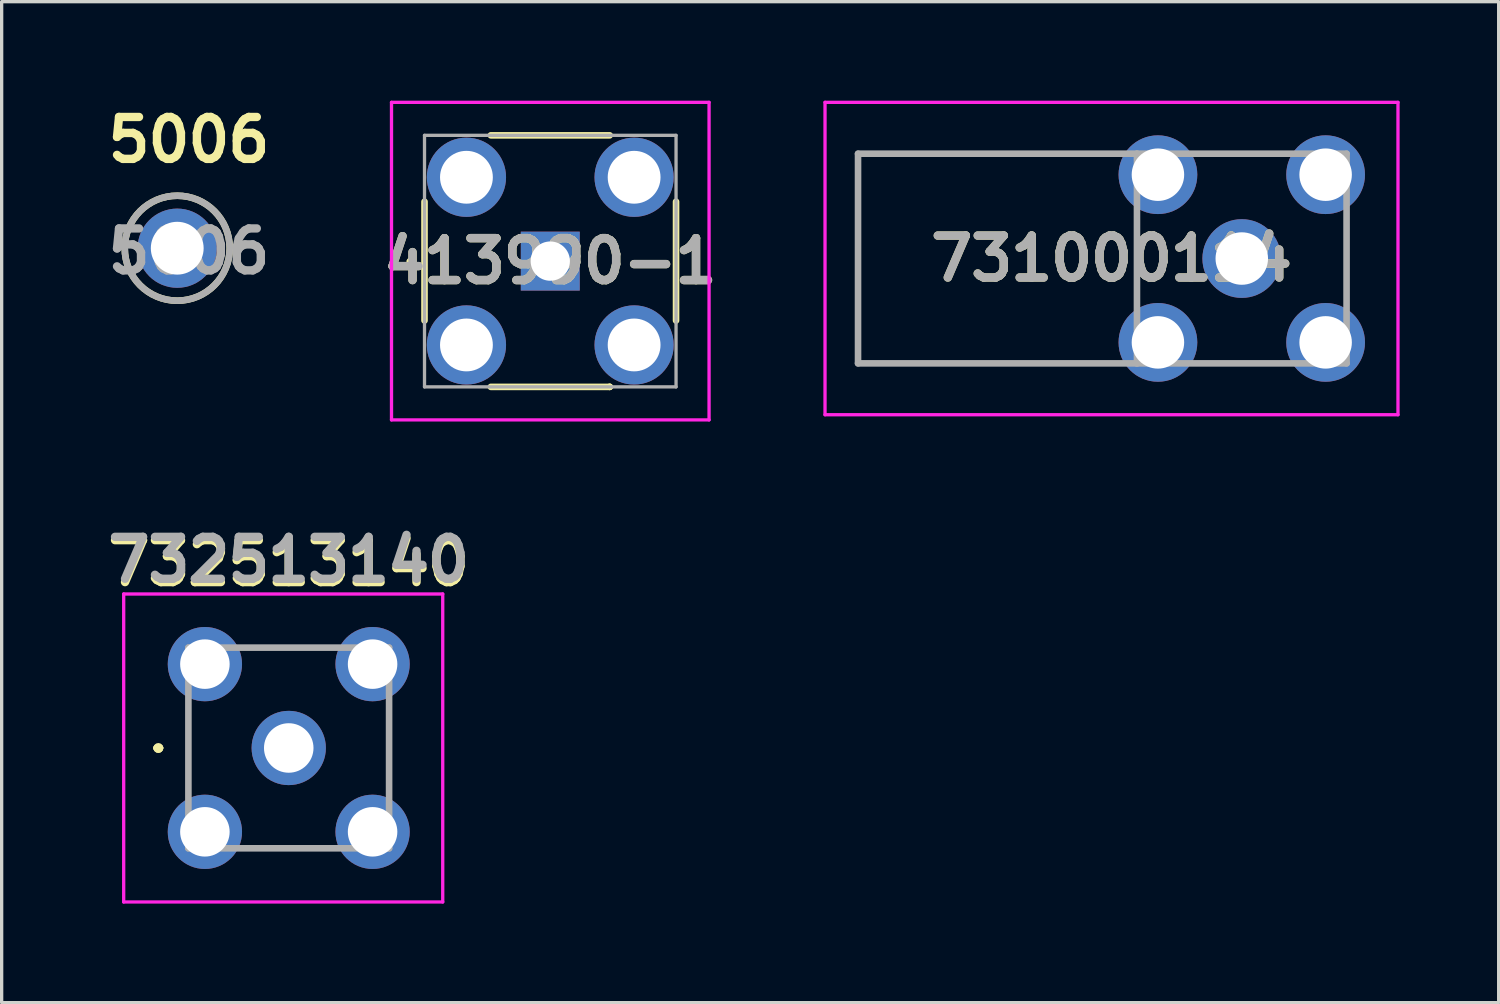
<source format=kicad_pcb>
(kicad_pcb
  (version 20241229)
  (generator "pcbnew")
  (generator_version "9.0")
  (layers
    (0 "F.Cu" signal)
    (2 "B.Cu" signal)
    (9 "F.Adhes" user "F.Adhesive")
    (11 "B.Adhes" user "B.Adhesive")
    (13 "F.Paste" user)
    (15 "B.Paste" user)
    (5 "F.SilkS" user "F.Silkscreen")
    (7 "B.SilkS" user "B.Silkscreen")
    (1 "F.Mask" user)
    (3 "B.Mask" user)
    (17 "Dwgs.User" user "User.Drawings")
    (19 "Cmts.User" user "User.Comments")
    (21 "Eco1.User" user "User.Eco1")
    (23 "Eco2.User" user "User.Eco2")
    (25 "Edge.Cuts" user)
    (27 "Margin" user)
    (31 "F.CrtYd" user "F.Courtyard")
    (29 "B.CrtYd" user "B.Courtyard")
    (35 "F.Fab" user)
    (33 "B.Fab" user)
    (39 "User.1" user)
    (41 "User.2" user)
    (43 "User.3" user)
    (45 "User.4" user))
  (footprint "731000114"
    (layer "F.Cu")
    (at 34.568 4.782)
    (property "Reference" "731000114" (at -3.946 0 0) (layer "F.SilkS") (effects (font (size 1.27 1.27) (thickness 0.254))))
    (attr through_hole)
    (fp_line (start -11.625 -3.2) (end -11.625 3) (stroke (width 0.1) (type solid)) (layer "F.SilkS"))
    (fp_line (start -11.625 3) (end -11.625 3.175) (stroke (width 0.1) (type solid)) (layer "F.SilkS"))
    (fp_line (start -11.625 3.175) (end -4 3.175) (stroke (width 0.1) (type solid)) (layer "F.SilkS"))
    (fp_line (start -4 -3.175) (end -11.6 -3.175) (stroke (width 0.1) (type solid)) (layer "F.SilkS"))
    (fp_line (start -3.175 1) (end -3.175 -0.8) (stroke (width 0.1) (type solid)) (layer "F.SilkS"))
    (fp_line (start -1 -3.175) (end 1 -3.175) (stroke (width 0.1) (type solid)) (layer "F.SilkS"))
    (fp_line (start -1 3.175) (end 1 3.175) (stroke (width 0.1) (type solid)) (layer "F.SilkS"))
    (fp_line (start 3.175 1.2) (end 3.175 -0.6) (stroke (width 0.1) (type solid)) (layer "F.SilkS"))
    (fp_line (start -12.625 -4.732) (end 4.732 -4.732) (stroke (width 0.1) (type solid)) (layer "F.CrtYd"))
    (fp_line (start -12.625 4.732) (end -12.625 -4.732) (stroke (width 0.1) (type solid)) (layer "F.CrtYd"))
    (fp_line (start 4.732 -4.732) (end 4.732 4.732) (stroke (width 0.1) (type solid)) (layer "F.CrtYd"))
    (fp_line (start 4.732 4.732) (end -12.625 4.732) (stroke (width 0.1) (type solid)) (layer "F.CrtYd"))
    (fp_line (start -11.625 -3.175) (end -3.175 -3.175) (stroke (width 0.2) (type solid)) (layer "F.Fab"))
    (fp_line (start -11.625 3.175) (end -11.625 -3.175) (stroke (width 0.2) (type solid)) (layer "F.Fab"))
    (fp_line (start -3.175 -3.175) (end 3.175 -3.175) (stroke (width 0.2) (type solid)) (layer "F.Fab"))
    (fp_line (start -3.175 3.175) (end -11.625 3.175) (stroke (width 0.2) (type solid)) (layer "F.Fab"))
    (fp_line (start -3.175 3.175) (end -3.175 -3.175) (stroke (width 0.2) (type solid)) (layer "F.Fab"))
    (fp_line (start 3.175 -3.175) (end 3.175 3.175) (stroke (width 0.2) (type solid)) (layer "F.Fab"))
    (fp_line (start 3.175 3.175) (end -3.175 3.175) (stroke (width 0.2) (type solid)) (layer "F.Fab"))
    (fp_text user "${REFERENCE}" (at -3.946 0 0) (layer "F.Fab") (effects (font (size 1.27 1.27) (thickness 0.254))))
    (pad "1" thru_hole circle (at 0 0) (size 2.385 2.385) (drill 1.59) (layers "*.Cu" "*.Mask"))
    (pad "2" thru_hole circle (at -2.54 2.54) (size 2.385 2.385) (drill 1.59) (layers "*.Cu" "*.Mask"))
    (pad "3" thru_hole circle (at -2.54 -2.54) (size 2.385 2.385) (drill 1.59) (layers "*.Cu" "*.Mask"))
    (pad "4" thru_hole circle (at 2.54 -2.54) (size 2.385 2.385) (drill 1.59) (layers "*.Cu" "*.Mask"))
    (pad "5" thru_hole circle (at 2.54 2.54) (size 2.385 2.385) (drill 1.59) (layers "*.Cu" "*.Mask")))
  (footprint "5006"
    (layer "F.Cu")
    (at 2.319 4.469)
    (property "Reference" "5006" (at 0.354 -3.28 0) (layer "F.SilkS") (effects (font (size 1.27 1.27) (thickness 0.254))))
    (attr through_hole)
    (fp_circle (center 0 0) (end 0 1.59) (stroke (width 0.2) (type solid)) (fill no) (layer "F.SilkS"))
    (fp_circle (center 0 0) (end 0 1.59) (stroke (width 0.2) (type solid)) (fill no) (layer "F.Fab"))
    (fp_text user "${REFERENCE}" (at 0.354 0.097 0) (layer "F.Fab") (effects (font (size 1.27 1.27) (thickness 0.254))))
    (pad "1" thru_hole circle (at 0 0) (size 2.4 2.4) (drill 1.6) (layers "*.Cu" "*.Mask")))
  (footprint "413990-1"
    (layer "F.Cu")
    (at 13.62 4.86)
    (property "Reference" "413990-1" (at 0 0 0) (layer "F.SilkS") (effects (font (size 1.27 1.27) (thickness 0.254))))
    (attr through_hole)
    (fp_line (start -4.3 0) (end -4.3 0) (stroke (width 0.1) (type solid)) (layer "F.SilkS"))
    (fp_line (start -4.2 0) (end -4.2 0) (stroke (width 0.1) (type solid)) (layer "F.SilkS"))
    (fp_line (start -3.81 -1.8) (end -3.81 1.8) (stroke (width 0.2) (type solid)) (layer "F.SilkS"))
    (fp_line (start -1.8 3.81) (end 1.8 3.81) (stroke (width 0.2) (type solid)) (layer "F.SilkS"))
    (fp_line (start 1.8 -3.81) (end -1.8 -3.81) (stroke (width 0.2) (type solid)) (layer "F.SilkS"))
    (fp_line (start 1.8 3.81) (end 1.8 3.81) (stroke (width 0.2) (type solid)) (layer "F.SilkS"))
    (fp_line (start 1.8 3.81) (end 1.8 3.81) (stroke (width 0.2) (type solid)) (layer "F.SilkS"))
    (fp_line (start 3.81 1.8) (end 3.81 -1.8) (stroke (width 0.2) (type solid)) (layer "F.SilkS"))
    (fp_arc (start -4.3 0) (mid -4.25 -0.05) (end -4.2 0) (stroke (width 0.1) (type solid)) (layer "F.SilkS"))
    (fp_arc (start -4.2 0) (mid -4.25 0.05) (end -4.3 0) (stroke (width 0.1) (type solid)) (layer "F.SilkS"))
    (fp_line (start -4.81 -4.81) (end 4.81 -4.81) (stroke (width 0.1) (type solid)) (layer "F.CrtYd"))
    (fp_line (start -4.81 4.81) (end -4.81 -4.81) (stroke (width 0.1) (type solid)) (layer "F.CrtYd"))
    (fp_line (start 4.81 -4.81) (end 4.81 4.81) (stroke (width 0.1) (type solid)) (layer "F.CrtYd"))
    (fp_line (start 4.81 4.81) (end -4.81 4.81) (stroke (width 0.1) (type solid)) (layer "F.CrtYd"))
    (fp_line (start -3.81 -3.81) (end 3.81 -3.81) (stroke (width 0.1) (type solid)) (layer "F.Fab"))
    (fp_line (start -3.81 3.81) (end -3.81 -3.81) (stroke (width 0.1) (type solid)) (layer "F.Fab"))
    (fp_line (start 3.81 -3.81) (end 3.81 3.81) (stroke (width 0.1) (type solid)) (layer "F.Fab"))
    (fp_line (start 3.81 3.81) (end -3.81 3.81) (stroke (width 0.1) (type solid)) (layer "F.Fab"))
    (fp_text user "${REFERENCE}" (at 0 0 0) (layer "F.Fab") (effects (font (size 1.27 1.27) (thickness 0.254))))
    (pad "1" thru_hole rect (at 0 0) (size 1.785 1.785) (drill 1.19) (layers "*.Cu" "*.Mask"))
    (pad "2" thru_hole circle (at -2.54 2.54) (size 2.4 2.4) (drill 1.6) (layers "*.Cu" "*.Mask"))
    (pad "3" thru_hole circle (at 2.54 2.54) (size 2.4 2.4) (drill 1.6) (layers "*.Cu" "*.Mask"))
    (pad "4" thru_hole circle (at 2.54 -2.54) (size 2.4 2.4) (drill 1.6) (layers "*.Cu" "*.Mask"))
    (pad "5" thru_hole circle (at -2.54 -2.54) (size 2.4 2.4) (drill 1.6) (layers "*.Cu" "*.Mask")))
  (footprint "732513140"
    (layer "F.Cu")
    (at 5.697 19.609)
    (property "Reference" "732513140" (at 0 -5.6 0) (layer "F.SilkS") (effects (font (size 1.27 1.27) (thickness 0.254))))
    (attr through_hole)
    (fp_line (start -4 0) (end -4 0) (stroke (width 0.2) (type solid)) (layer "F.SilkS"))
    (fp_line (start -4 0) (end -4 0) (stroke (width 0.2) (type solid)) (layer "F.SilkS"))
    (fp_line (start -3.9 0) (end -3.9 0) (stroke (width 0.2) (type solid)) (layer "F.SilkS"))
    (fp_line (start -3.04 -1) (end -3.04 -1) (stroke (width 0.1) (type solid)) (layer "F.SilkS"))
    (fp_line (start -3.04 -1) (end -3.04 1) (stroke (width 0.1) (type solid)) (layer "F.SilkS"))
    (fp_line (start -3.04 1) (end -3.04 -1) (stroke (width 0.1) (type solid)) (layer "F.SilkS"))
    (fp_line (start -3.04 1) (end -3.04 1) (stroke (width 0.1) (type solid)) (layer "F.SilkS"))
    (fp_line (start -1 -3.04) (end -1 -3.04) (stroke (width 0.1) (type solid)) (layer "F.SilkS"))
    (fp_line (start -1 -3.04) (end 1 -3.04) (stroke (width 0.1) (type solid)) (layer "F.SilkS"))
    (fp_line (start -1 3.04) (end -1 3.04) (stroke (width 0.1) (type solid)) (layer "F.SilkS"))
    (fp_line (start -1 3.04) (end 1 3.04) (stroke (width 0.1) (type solid)) (layer "F.SilkS"))
    (fp_line (start 1 -3.04) (end -1 -3.04) (stroke (width 0.1) (type solid)) (layer "F.SilkS"))
    (fp_line (start 1 -3.04) (end 1 -3.04) (stroke (width 0.1) (type solid)) (layer "F.SilkS"))
    (fp_line (start 1 3.04) (end -1 3.04) (stroke (width 0.1) (type solid)) (layer "F.SilkS"))
    (fp_line (start 1 3.04) (end 1 3.04) (stroke (width 0.1) (type solid)) (layer "F.SilkS"))
    (fp_line (start 3.04 -1) (end 3.04 -1) (stroke (width 0.1) (type solid)) (layer "F.SilkS"))
    (fp_line (start 3.04 -1) (end 3.04 1) (stroke (width 0.1) (type solid)) (layer "F.SilkS"))
    (fp_line (start 3.04 1) (end 3.04 -1) (stroke (width 0.1) (type solid)) (layer "F.SilkS"))
    (fp_line (start 3.04 1) (end 3.04 1) (stroke (width 0.1) (type solid)) (layer "F.SilkS"))
    (fp_arc (start -4 0) (mid -3.95 -0.05) (end -3.9 0) (stroke (width 0.2) (type solid)) (layer "F.SilkS"))
    (fp_arc (start -3.9 0) (mid -3.95 0.05) (end -4 0) (stroke (width 0.2) (type solid)) (layer "F.SilkS"))
    (fp_arc (start -3.9 0) (mid -3.95 0.05) (end -4 0) (stroke (width 0.2) (type solid)) (layer "F.SilkS"))
    (fp_line (start -5 -4.665) (end 4.665 -4.665) (stroke (width 0.1) (type solid)) (layer "F.CrtYd"))
    (fp_line (start -5 4.665) (end -5 -4.665) (stroke (width 0.1) (type solid)) (layer "F.CrtYd"))
    (fp_line (start 4.665 -4.665) (end 4.665 4.665) (stroke (width 0.1) (type solid)) (layer "F.CrtYd"))
    (fp_line (start 4.665 4.665) (end -5 4.665) (stroke (width 0.1) (type solid)) (layer "F.CrtYd"))
    (fp_line (start -3.04 -3.04) (end -3.04 3.04) (stroke (width 0.2) (type solid)) (layer "F.Fab"))
    (fp_line (start -3.04 3.04) (end 3.04 3.04) (stroke (width 0.2) (type solid)) (layer "F.Fab"))
    (fp_line (start 3.04 -3.04) (end -3.04 -3.04) (stroke (width 0.2) (type solid)) (layer "F.Fab"))
    (fp_line (start 3.04 3.04) (end 3.04 -3.04) (stroke (width 0.2) (type solid)) (layer "F.Fab"))
    (fp_text user "${REFERENCE}" (at 0 -5.7 0) (layer "F.Fab") (effects (font (size 1.27 1.27) (thickness 0.254))))
    (pad "1" thru_hole circle (at 0 0) (size 2.25 2.25) (drill 1.5) (layers "*.Cu" "*.Mask"))
    (pad "2" thru_hole circle (at 2.54 2.54) (size 2.25 2.25) (drill 1.5) (layers "*.Cu" "*.Mask"))
    (pad "3" thru_hole circle (at 2.54 -2.54) (size 2.25 2.25) (drill 1.5) (layers "*.Cu" "*.Mask"))
    (pad "4" thru_hole circle (at -2.54 -2.54) (size 2.25 2.25) (drill 1.5) (layers "*.Cu" "*.Mask"))
    (pad "5" thru_hole circle (at -2.54 2.54) (size 2.25 2.25) (drill 1.5) (layers "*.Cu" "*.Mask")))
  (gr_rect
    (start -3 -3)
    (end 42.35 27.324)
    (stroke (width 0.1) (type default))
    (fill no)
    (layer "Edge.Cuts")))
</source>
